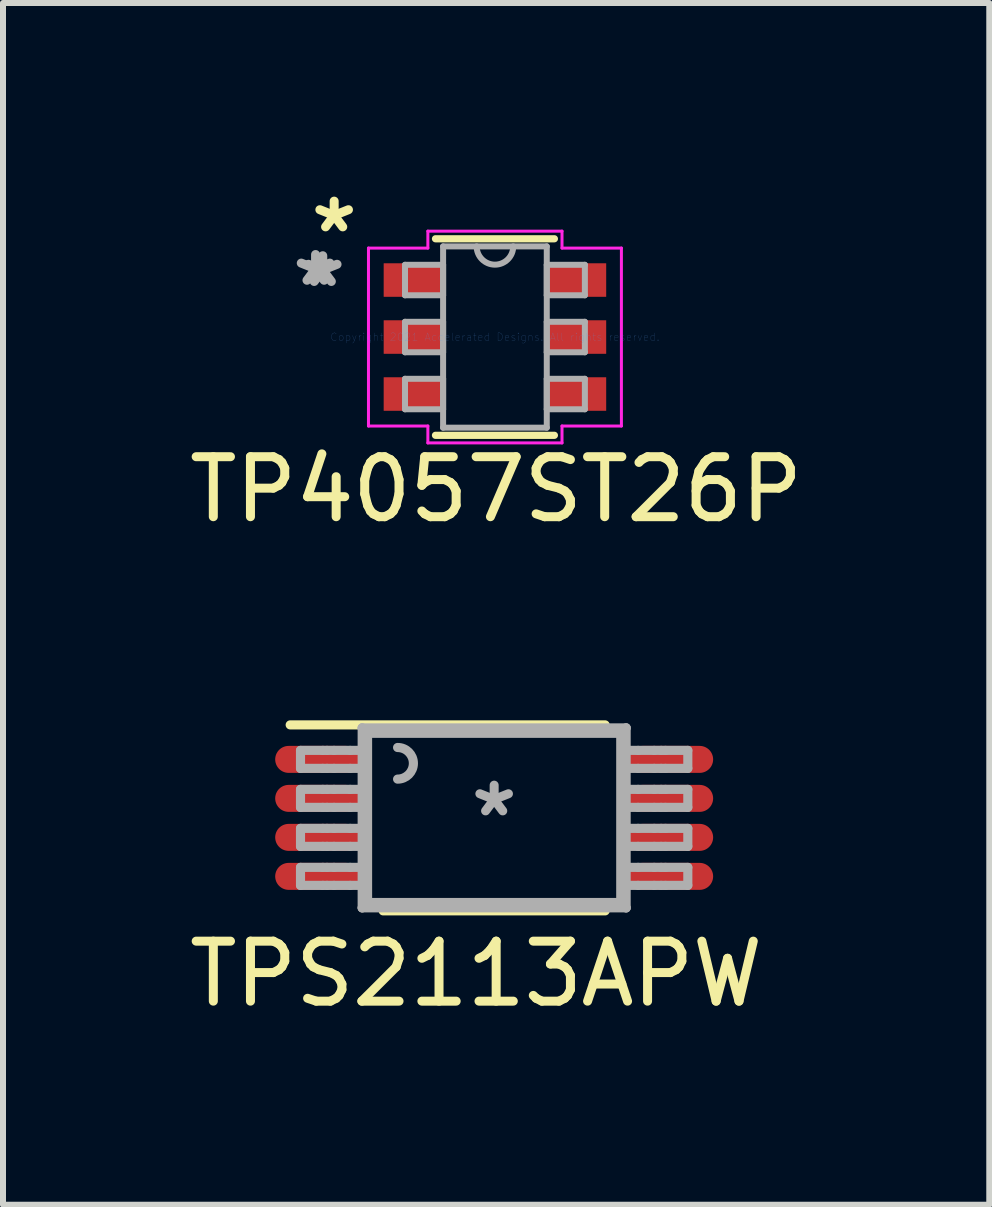
<source format=kicad_pcb>
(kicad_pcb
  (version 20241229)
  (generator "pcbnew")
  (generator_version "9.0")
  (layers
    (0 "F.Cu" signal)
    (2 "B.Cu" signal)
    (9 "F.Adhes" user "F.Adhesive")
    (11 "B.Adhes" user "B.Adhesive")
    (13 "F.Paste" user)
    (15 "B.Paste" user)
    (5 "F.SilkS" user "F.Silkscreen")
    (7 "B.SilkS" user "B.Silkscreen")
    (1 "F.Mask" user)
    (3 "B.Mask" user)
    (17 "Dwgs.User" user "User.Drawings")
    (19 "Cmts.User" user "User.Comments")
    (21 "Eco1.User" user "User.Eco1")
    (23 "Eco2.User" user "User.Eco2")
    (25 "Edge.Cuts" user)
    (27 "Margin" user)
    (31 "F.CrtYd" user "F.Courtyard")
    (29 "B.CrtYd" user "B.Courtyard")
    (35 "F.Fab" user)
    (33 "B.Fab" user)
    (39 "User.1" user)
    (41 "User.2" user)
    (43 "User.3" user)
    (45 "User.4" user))
  (footprint "TP4057ST26P"
    (layer "F.Cu")
    (at 5.2 2.568)
    (property "Reference" "TP4057ST26P" (at 0.02 2.54 0) (layer "F.SilkS") (effects (font (size 1 1) (thickness 0.15))))
    (attr through_hole)
    (fp_line (start -0.991 1.638) (end 0.991 1.638) (stroke (width 0.12) (type solid)) (layer "F.SilkS"))
    (fp_line (start 0.991 -1.638) (end -0.991 -1.638) (stroke (width 0.12) (type solid)) (layer "F.SilkS"))
    (fp_line (start -2.108 -1.483) (end -1.118 -1.483) (stroke (width 0.05) (type solid)) (layer "F.CrtYd"))
    (fp_line (start -2.108 1.483) (end -2.108 -1.483) (stroke (width 0.05) (type solid)) (layer "F.CrtYd"))
    (fp_line (start -1.118 -1.765) (end 1.118 -1.765) (stroke (width 0.05) (type solid)) (layer "F.CrtYd"))
    (fp_line (start -1.118 -1.483) (end -1.118 -1.765) (stroke (width 0.05) (type solid)) (layer "F.CrtYd"))
    (fp_line (start -1.118 1.483) (end -2.108 1.483) (stroke (width 0.05) (type solid)) (layer "F.CrtYd"))
    (fp_line (start -1.118 1.765) (end -1.118 1.483) (stroke (width 0.05) (type solid)) (layer "F.CrtYd"))
    (fp_line (start 1.118 -1.765) (end 1.118 -1.483) (stroke (width 0.05) (type solid)) (layer "F.CrtYd"))
    (fp_line (start 1.118 -1.483) (end 2.108 -1.483) (stroke (width 0.05) (type solid)) (layer "F.CrtYd"))
    (fp_line (start 1.118 1.483) (end 1.118 1.765) (stroke (width 0.05) (type solid)) (layer "F.CrtYd"))
    (fp_line (start 1.118 1.765) (end -1.118 1.765) (stroke (width 0.05) (type solid)) (layer "F.CrtYd"))
    (fp_line (start 2.108 -1.483) (end 2.108 1.483) (stroke (width 0.05) (type solid)) (layer "F.CrtYd"))
    (fp_line (start 2.108 1.483) (end 1.118 1.483) (stroke (width 0.05) (type solid)) (layer "F.CrtYd"))
    (fp_line (start -1.499 -1.204) (end -1.499 -0.696) (stroke (width 0.1) (type solid)) (layer "F.Fab"))
    (fp_line (start -1.499 -0.696) (end -0.864 -0.696) (stroke (width 0.1) (type solid)) (layer "F.Fab"))
    (fp_line (start -1.499 -0.254) (end -1.499 0.254) (stroke (width 0.1) (type solid)) (layer "F.Fab"))
    (fp_line (start -1.499 0.254) (end -0.864 0.254) (stroke (width 0.1) (type solid)) (layer "F.Fab"))
    (fp_line (start -1.499 0.696) (end -1.499 1.204) (stroke (width 0.1) (type solid)) (layer "F.Fab"))
    (fp_line (start -1.499 1.204) (end -0.864 1.204) (stroke (width 0.1) (type solid)) (layer "F.Fab"))
    (fp_line (start -0.864 -1.511) (end -0.864 1.511) (stroke (width 0.1) (type solid)) (layer "F.Fab"))
    (fp_line (start -0.864 -1.204) (end -1.499 -1.204) (stroke (width 0.1) (type solid)) (layer "F.Fab"))
    (fp_line (start -0.864 -0.696) (end -0.864 -1.204) (stroke (width 0.1) (type solid)) (layer "F.Fab"))
    (fp_line (start -0.864 -0.254) (end -1.499 -0.254) (stroke (width 0.1) (type solid)) (layer "F.Fab"))
    (fp_line (start -0.864 0.254) (end -0.864 -0.254) (stroke (width 0.1) (type solid)) (layer "F.Fab"))
    (fp_line (start -0.864 0.696) (end -1.499 0.696) (stroke (width 0.1) (type solid)) (layer "F.Fab"))
    (fp_line (start -0.864 1.204) (end -0.864 0.696) (stroke (width 0.1) (type solid)) (layer "F.Fab"))
    (fp_line (start -0.864 1.511) (end 0.864 1.511) (stroke (width 0.1) (type solid)) (layer "F.Fab"))
    (fp_line (start 0.864 -1.511) (end -0.864 -1.511) (stroke (width 0.1) (type solid)) (layer "F.Fab"))
    (fp_line (start 0.864 -1.204) (end 0.864 -0.696) (stroke (width 0.1) (type solid)) (layer "F.Fab"))
    (fp_line (start 0.864 -0.696) (end 1.499 -0.696) (stroke (width 0.1) (type solid)) (layer "F.Fab"))
    (fp_line (start 0.864 -0.254) (end 0.864 0.254) (stroke (width 0.1) (type solid)) (layer "F.Fab"))
    (fp_line (start 0.864 0.254) (end 1.499 0.254) (stroke (width 0.1) (type solid)) (layer "F.Fab"))
    (fp_line (start 0.864 0.696) (end 0.864 1.204) (stroke (width 0.1) (type solid)) (layer "F.Fab"))
    (fp_line (start 0.864 1.204) (end 1.499 1.204) (stroke (width 0.1) (type solid)) (layer "F.Fab"))
    (fp_line (start 0.864 1.511) (end 0.864 -1.511) (stroke (width 0.1) (type solid)) (layer "F.Fab"))
    (fp_line (start 1.499 -1.204) (end 0.864 -1.204) (stroke (width 0.1) (type solid)) (layer "F.Fab"))
    (fp_line (start 1.499 -0.696) (end 1.499 -1.204) (stroke (width 0.1) (type solid)) (layer "F.Fab"))
    (fp_line (start 1.499 -0.254) (end 0.864 -0.254) (stroke (width 0.1) (type solid)) (layer "F.Fab"))
    (fp_line (start 1.499 0.254) (end 1.499 -0.254) (stroke (width 0.1) (type solid)) (layer "F.Fab"))
    (fp_line (start 1.499 0.696) (end 0.864 0.696) (stroke (width 0.1) (type solid)) (layer "F.Fab"))
    (fp_line (start 1.499 1.204) (end 1.499 0.696) (stroke (width 0.1) (type solid)) (layer "F.Fab"))
    (fp_arc (start 0.3048 -1.5113) (mid 0 -1.2065) (end -0.3048 -1.5113) (stroke (width 0.1) (type solid)) (layer "F.Fab"))
    (fp_text user "*" (at -2.68 -1.72 0) (unlocked yes) (layer "F.SilkS") (effects (font (size 1 1) (thickness 0.15))))
    (fp_text user "Copyright 2021 Accelerated Designs. All rights reserved." (at 0 0 0) (layer "Cmts.User") (effects (font (size 0.127 0.127) (thickness 0.002))))
    (fp_text user "*" (at -2.99 -0.83 0) (layer "F.Fab") (effects (font (size 1 1) (thickness 0.15))))
    (fp_text user "*" (at -2.87 -0.81 0) (layer "F.Fab") (effects (font (size 1 1) (thickness 0.15))))
    (pad "1" smd rect (at -1.359 -0.95) (size 0.991 0.559) (layers "F.Cu" "F.Mask" "F.Paste"))
    (pad "2" smd rect (at -1.359 0) (size 0.991 0.559) (layers "F.Cu" "F.Mask" "F.Paste"))
    (pad "3" smd rect (at -1.359 0.95) (size 0.991 0.559) (layers "F.Cu" "F.Mask" "F.Paste"))
    (pad "4" smd rect (at 1.359 0.95) (size 0.991 0.559) (layers "F.Cu" "F.Mask" "F.Paste"))
    (pad "5" smd rect (at 1.359 0) (size 0.991 0.559) (layers "F.Cu" "F.Mask" "F.Paste"))
    (pad "6" smd rect (at 1.359 -0.95) (size 0.991 0.559) (layers "F.Cu" "F.Mask" "F.Paste")))
  (footprint "TPS2113APW"
    (layer "F.Cu")
    (at 5.187 10.583)
    (property "Reference" "TPS2113APW" (at -0.3 2.6 0) (layer "F.SilkS") (effects (font (size 1 1) (thickness 0.15))))
    (attr through_hole)
    (fp_line (start -3.4 -1.55) (end 1.85 -1.55) (stroke (width 0.152) (type solid)) (layer "F.SilkS"))
    (fp_line (start -1.85 1.55) (end 1.85 1.55) (stroke (width 0.152) (type solid)) (layer "F.SilkS"))
    (fp_line (start -3.228 -1.125) (end -2.856 -1.125) (stroke (width 0.152) (type solid)) (layer "F.Fab"))
    (fp_line (start -3.228 -0.825) (end -3.228 -1.125) (stroke (width 0.152) (type solid)) (layer "F.Fab"))
    (fp_line (start -3.228 -0.825) (end -2.856 -0.825) (stroke (width 0.152) (type solid)) (layer "F.Fab"))
    (fp_line (start -3.228 -0.475) (end -2.856 -0.475) (stroke (width 0.152) (type solid)) (layer "F.Fab"))
    (fp_line (start -3.228 -0.175) (end -3.228 -0.475) (stroke (width 0.152) (type solid)) (layer "F.Fab"))
    (fp_line (start -3.228 -0.175) (end -2.856 -0.175) (stroke (width 0.152) (type solid)) (layer "F.Fab"))
    (fp_line (start -3.228 0.175) (end -2.856 0.175) (stroke (width 0.152) (type solid)) (layer "F.Fab"))
    (fp_line (start -3.228 0.475) (end -3.228 0.175) (stroke (width 0.152) (type solid)) (layer "F.Fab"))
    (fp_line (start -3.228 0.475) (end -2.856 0.475) (stroke (width 0.152) (type solid)) (layer "F.Fab"))
    (fp_line (start -3.228 0.825) (end -2.856 0.825) (stroke (width 0.152) (type solid)) (layer "F.Fab"))
    (fp_line (start -3.228 1.125) (end -3.228 0.825) (stroke (width 0.152) (type solid)) (layer "F.Fab"))
    (fp_line (start -3.228 1.125) (end -2.856 1.125) (stroke (width 0.152) (type solid)) (layer "F.Fab"))
    (fp_line (start -2.856 -1.125) (end -2.785 -1.125) (stroke (width 0.152) (type solid)) (layer "F.Fab"))
    (fp_line (start -2.856 -0.825) (end -2.785 -0.825) (stroke (width 0.152) (type solid)) (layer "F.Fab"))
    (fp_line (start -2.856 -0.475) (end -2.785 -0.475) (stroke (width 0.152) (type solid)) (layer "F.Fab"))
    (fp_line (start -2.856 -0.175) (end -2.785 -0.175) (stroke (width 0.152) (type solid)) (layer "F.Fab"))
    (fp_line (start -2.856 0.175) (end -2.785 0.175) (stroke (width 0.152) (type solid)) (layer "F.Fab"))
    (fp_line (start -2.856 0.475) (end -2.785 0.475) (stroke (width 0.152) (type solid)) (layer "F.Fab"))
    (fp_line (start -2.856 0.825) (end -2.785 0.825) (stroke (width 0.152) (type solid)) (layer "F.Fab"))
    (fp_line (start -2.856 1.125) (end -2.785 1.125) (stroke (width 0.152) (type solid)) (layer "F.Fab"))
    (fp_line (start -2.785 -1.125) (end -2.669 -1.125) (stroke (width 0.152) (type solid)) (layer "F.Fab"))
    (fp_line (start -2.785 -0.825) (end -2.669 -0.825) (stroke (width 0.152) (type solid)) (layer "F.Fab"))
    (fp_line (start -2.785 -0.475) (end -2.669 -0.475) (stroke (width 0.152) (type solid)) (layer "F.Fab"))
    (fp_line (start -2.785 -0.175) (end -2.669 -0.175) (stroke (width 0.152) (type solid)) (layer "F.Fab"))
    (fp_line (start -2.785 0.175) (end -2.669 0.175) (stroke (width 0.152) (type solid)) (layer "F.Fab"))
    (fp_line (start -2.785 0.475) (end -2.669 0.475) (stroke (width 0.152) (type solid)) (layer "F.Fab"))
    (fp_line (start -2.785 0.825) (end -2.669 0.825) (stroke (width 0.152) (type solid)) (layer "F.Fab"))
    (fp_line (start -2.785 1.125) (end -2.669 1.125) (stroke (width 0.152) (type solid)) (layer "F.Fab"))
    (fp_line (start -2.669 -1.125) (end -2.4 -1.125) (stroke (width 0.152) (type solid)) (layer "F.Fab"))
    (fp_line (start -2.669 -0.825) (end -2.4 -0.825) (stroke (width 0.152) (type solid)) (layer "F.Fab"))
    (fp_line (start -2.669 -0.475) (end -2.4 -0.475) (stroke (width 0.152) (type solid)) (layer "F.Fab"))
    (fp_line (start -2.669 -0.175) (end -2.4 -0.175) (stroke (width 0.152) (type solid)) (layer "F.Fab"))
    (fp_line (start -2.669 0.175) (end -2.4 0.175) (stroke (width 0.152) (type solid)) (layer "F.Fab"))
    (fp_line (start -2.669 0.475) (end -2.4 0.475) (stroke (width 0.152) (type solid)) (layer "F.Fab"))
    (fp_line (start -2.669 0.825) (end -2.4 0.825) (stroke (width 0.152) (type solid)) (layer "F.Fab"))
    (fp_line (start -2.669 1.125) (end -2.4 1.125) (stroke (width 0.152) (type solid)) (layer "F.Fab"))
    (fp_line (start -2.4 -1.125) (end -2.2 -1.125) (stroke (width 0.152) (type solid)) (layer "F.Fab"))
    (fp_line (start -2.4 -0.825) (end -2.2 -0.825) (stroke (width 0.152) (type solid)) (layer "F.Fab"))
    (fp_line (start -2.4 -0.475) (end -2.2 -0.475) (stroke (width 0.152) (type solid)) (layer "F.Fab"))
    (fp_line (start -2.4 -0.175) (end -2.2 -0.175) (stroke (width 0.152) (type solid)) (layer "F.Fab"))
    (fp_line (start -2.4 0.175) (end -2.2 0.175) (stroke (width 0.152) (type solid)) (layer "F.Fab"))
    (fp_line (start -2.4 0.475) (end -2.2 0.475) (stroke (width 0.152) (type solid)) (layer "F.Fab"))
    (fp_line (start -2.4 0.825) (end -2.2 0.825) (stroke (width 0.152) (type solid)) (layer "F.Fab"))
    (fp_line (start -2.4 1.125) (end -2.2 1.125) (stroke (width 0.152) (type solid)) (layer "F.Fab"))
    (fp_line (start -2.2 -1.5) (end -2.11 -1.41) (stroke (width 0.152) (type solid)) (layer "F.Fab"))
    (fp_line (start -2.2 -1.5) (end 2.2 -1.5) (stroke (width 0.152) (type solid)) (layer "F.Fab"))
    (fp_line (start -2.2 -1.125) (end -2.2 -1.5) (stroke (width 0.152) (type solid)) (layer "F.Fab"))
    (fp_line (start -2.2 -0.825) (end -2.2 -1.125) (stroke (width 0.152) (type solid)) (layer "F.Fab"))
    (fp_line (start -2.2 -0.475) (end -2.2 -0.825) (stroke (width 0.152) (type solid)) (layer "F.Fab"))
    (fp_line (start -2.2 -0.175) (end -2.2 -0.475) (stroke (width 0.152) (type solid)) (layer "F.Fab"))
    (fp_line (start -2.2 0.175) (end -2.2 -0.175) (stroke (width 0.152) (type solid)) (layer "F.Fab"))
    (fp_line (start -2.2 0.475) (end -2.2 0.175) (stroke (width 0.152) (type solid)) (layer "F.Fab"))
    (fp_line (start -2.2 0.825) (end -2.2 0.475) (stroke (width 0.152) (type solid)) (layer "F.Fab"))
    (fp_line (start -2.2 1.125) (end -2.2 0.825) (stroke (width 0.152) (type solid)) (layer "F.Fab"))
    (fp_line (start -2.2 1.5) (end -2.2 1.125) (stroke (width 0.152) (type solid)) (layer "F.Fab"))
    (fp_line (start -2.2 1.5) (end -2.11 1.41) (stroke (width 0.152) (type solid)) (layer "F.Fab"))
    (fp_line (start -2.2 1.5) (end 2.2 1.5) (stroke (width 0.152) (type solid)) (layer "F.Fab"))
    (fp_line (start -2.11 -1.41) (end 2.11 -1.41) (stroke (width 0.152) (type solid)) (layer "F.Fab"))
    (fp_line (start -2.11 1.41) (end -2.11 -1.41) (stroke (width 0.152) (type solid)) (layer "F.Fab"))
    (fp_line (start -2.11 1.41) (end 2.11 1.41) (stroke (width 0.152) (type solid)) (layer "F.Fab"))
    (fp_line (start 2.11 -1.41) (end 2.2 -1.5) (stroke (width 0.152) (type solid)) (layer "F.Fab"))
    (fp_line (start 2.11 1.41) (end 2.11 -1.41) (stroke (width 0.152) (type solid)) (layer "F.Fab"))
    (fp_line (start 2.11 1.41) (end 2.2 1.5) (stroke (width 0.152) (type solid)) (layer "F.Fab"))
    (fp_line (start 2.2 -1.125) (end 2.2 -1.5) (stroke (width 0.152) (type solid)) (layer "F.Fab"))
    (fp_line (start 2.2 -1.125) (end 2.4 -1.125) (stroke (width 0.152) (type solid)) (layer "F.Fab"))
    (fp_line (start 2.2 -0.825) (end 2.2 -1.125) (stroke (width 0.152) (type solid)) (layer "F.Fab"))
    (fp_line (start 2.2 -0.825) (end 2.4 -0.825) (stroke (width 0.152) (type solid)) (layer "F.Fab"))
    (fp_line (start 2.2 -0.475) (end 2.2 -0.825) (stroke (width 0.152) (type solid)) (layer "F.Fab"))
    (fp_line (start 2.2 -0.475) (end 2.4 -0.475) (stroke (width 0.152) (type solid)) (layer "F.Fab"))
    (fp_line (start 2.2 -0.175) (end 2.2 -0.475) (stroke (width 0.152) (type solid)) (layer "F.Fab"))
    (fp_line (start 2.2 -0.175) (end 2.4 -0.175) (stroke (width 0.152) (type solid)) (layer "F.Fab"))
    (fp_line (start 2.2 0.175) (end 2.2 -0.175) (stroke (width 0.152) (type solid)) (layer "F.Fab"))
    (fp_line (start 2.2 0.175) (end 2.4 0.175) (stroke (width 0.152) (type solid)) (layer "F.Fab"))
    (fp_line (start 2.2 0.475) (end 2.2 0.175) (stroke (width 0.152) (type solid)) (layer "F.Fab"))
    (fp_line (start 2.2 0.475) (end 2.4 0.475) (stroke (width 0.152) (type solid)) (layer "F.Fab"))
    (fp_line (start 2.2 0.825) (end 2.2 0.475) (stroke (width 0.152) (type solid)) (layer "F.Fab"))
    (fp_line (start 2.2 0.825) (end 2.4 0.825) (stroke (width 0.152) (type solid)) (layer "F.Fab"))
    (fp_line (start 2.2 1.125) (end 2.2 0.825) (stroke (width 0.152) (type solid)) (layer "F.Fab"))
    (fp_line (start 2.2 1.125) (end 2.4 1.125) (stroke (width 0.152) (type solid)) (layer "F.Fab"))
    (fp_line (start 2.2 1.5) (end 2.2 1.125) (stroke (width 0.152) (type solid)) (layer "F.Fab"))
    (fp_line (start 2.4 -1.125) (end 2.669 -1.125) (stroke (width 0.152) (type solid)) (layer "F.Fab"))
    (fp_line (start 2.4 -0.825) (end 2.669 -0.825) (stroke (width 0.152) (type solid)) (layer "F.Fab"))
    (fp_line (start 2.4 -0.475) (end 2.669 -0.475) (stroke (width 0.152) (type solid)) (layer "F.Fab"))
    (fp_line (start 2.4 -0.175) (end 2.669 -0.175) (stroke (width 0.152) (type solid)) (layer "F.Fab"))
    (fp_line (start 2.4 0.175) (end 2.669 0.175) (stroke (width 0.152) (type solid)) (layer "F.Fab"))
    (fp_line (start 2.4 0.475) (end 2.669 0.475) (stroke (width 0.152) (type solid)) (layer "F.Fab"))
    (fp_line (start 2.4 0.825) (end 2.669 0.825) (stroke (width 0.152) (type solid)) (layer "F.Fab"))
    (fp_line (start 2.4 1.125) (end 2.669 1.125) (stroke (width 0.152) (type solid)) (layer "F.Fab"))
    (fp_line (start 2.669 -1.125) (end 2.785 -1.125) (stroke (width 0.152) (type solid)) (layer "F.Fab"))
    (fp_line (start 2.669 -0.825) (end 2.785 -0.825) (stroke (width 0.152) (type solid)) (layer "F.Fab"))
    (fp_line (start 2.669 -0.475) (end 2.785 -0.475) (stroke (width 0.152) (type solid)) (layer "F.Fab"))
    (fp_line (start 2.669 -0.175) (end 2.785 -0.175) (stroke (width 0.152) (type solid)) (layer "F.Fab"))
    (fp_line (start 2.669 0.175) (end 2.785 0.175) (stroke (width 0.152) (type solid)) (layer "F.Fab"))
    (fp_line (start 2.669 0.475) (end 2.785 0.475) (stroke (width 0.152) (type solid)) (layer "F.Fab"))
    (fp_line (start 2.669 0.825) (end 2.785 0.825) (stroke (width 0.152) (type solid)) (layer "F.Fab"))
    (fp_line (start 2.669 1.125) (end 2.785 1.125) (stroke (width 0.152) (type solid)) (layer "F.Fab"))
    (fp_line (start 2.785 -1.125) (end 2.856 -1.125) (stroke (width 0.152) (type solid)) (layer "F.Fab"))
    (fp_line (start 2.785 -0.825) (end 2.856 -0.825) (stroke (width 0.152) (type solid)) (layer "F.Fab"))
    (fp_line (start 2.785 -0.475) (end 2.856 -0.475) (stroke (width 0.152) (type solid)) (layer "F.Fab"))
    (fp_line (start 2.785 -0.175) (end 2.856 -0.175) (stroke (width 0.152) (type solid)) (layer "F.Fab"))
    (fp_line (start 2.785 0.175) (end 2.856 0.175) (stroke (width 0.152) (type solid)) (layer "F.Fab"))
    (fp_line (start 2.785 0.475) (end 2.856 0.475) (stroke (width 0.152) (type solid)) (layer "F.Fab"))
    (fp_line (start 2.785 0.825) (end 2.856 0.825) (stroke (width 0.152) (type solid)) (layer "F.Fab"))
    (fp_line (start 2.785 1.125) (end 2.856 1.125) (stroke (width 0.152) (type solid)) (layer "F.Fab"))
    (fp_line (start 2.856 -1.125) (end 3.228 -1.125) (stroke (width 0.152) (type solid)) (layer "F.Fab"))
    (fp_line (start 2.856 -0.825) (end 3.228 -0.825) (stroke (width 0.152) (type solid)) (layer "F.Fab"))
    (fp_line (start 2.856 -0.475) (end 3.228 -0.475) (stroke (width 0.152) (type solid)) (layer "F.Fab"))
    (fp_line (start 2.856 -0.175) (end 3.228 -0.175) (stroke (width 0.152) (type solid)) (layer "F.Fab"))
    (fp_line (start 2.856 0.175) (end 3.228 0.175) (stroke (width 0.152) (type solid)) (layer "F.Fab"))
    (fp_line (start 2.856 0.475) (end 3.228 0.475) (stroke (width 0.152) (type solid)) (layer "F.Fab"))
    (fp_line (start 2.856 0.825) (end 3.228 0.825) (stroke (width 0.152) (type solid)) (layer "F.Fab"))
    (fp_line (start 2.856 1.125) (end 3.228 1.125) (stroke (width 0.152) (type solid)) (layer "F.Fab"))
    (fp_line (start 3.228 -0.825) (end 3.228 -1.125) (stroke (width 0.152) (type solid)) (layer "F.Fab"))
    (fp_line (start 3.228 -0.175) (end 3.228 -0.475) (stroke (width 0.152) (type solid)) (layer "F.Fab"))
    (fp_line (start 3.228 0.475) (end 3.228 0.175) (stroke (width 0.152) (type solid)) (layer "F.Fab"))
    (fp_line (start 3.228 1.125) (end 3.228 0.825) (stroke (width 0.152) (type solid)) (layer "F.Fab"))
    (fp_arc (start -1.609654 -1.173203) (mid -1.346116 -0.909665) (end -1.609654 -0.646127) (stroke (width 0.1524) (type solid)) (layer "F.Fab"))
    (fp_text user "*" (at 0 0 0) (layer "F.Fab") (effects (font (size 1 1) (thickness 0.15))))
    (pad "1" smd oval (at -2.95 -0.975 90) (size 0.45 1.4) (layers "F.Cu" "F.Mask" "F.Paste"))
    (pad "2" smd oval (at -2.95 -0.325 90) (size 0.45 1.4) (layers "F.Cu" "F.Mask" "F.Paste"))
    (pad "3" smd oval (at -2.95 0.325 90) (size 0.45 1.4) (layers "F.Cu" "F.Mask" "F.Paste"))
    (pad "4" smd oval (at -2.95 0.975 90) (size 0.45 1.4) (layers "F.Cu" "F.Mask" "F.Paste"))
    (pad "5" smd oval (at 2.95 0.975 90) (size 0.45 1.4) (layers "F.Cu" "F.Mask" "F.Paste"))
    (pad "6" smd oval (at 2.95 0.325 90) (size 0.45 1.4) (layers "F.Cu" "F.Mask" "F.Paste"))
    (pad "7" smd oval (at 2.95 -0.325 90) (size 0.45 1.4) (layers "F.Cu" "F.Mask" "F.Paste"))
    (pad "8" smd oval (at 2.95 -0.975 90) (size 0.45 1.4) (layers "F.Cu" "F.Mask" "F.Paste")))
  (gr_rect
    (start -3 -3)
    (end 13.44 17.031)
    (stroke (width 0.1) (type default))
    (fill no)
    (layer "Edge.Cuts")))
</source>
